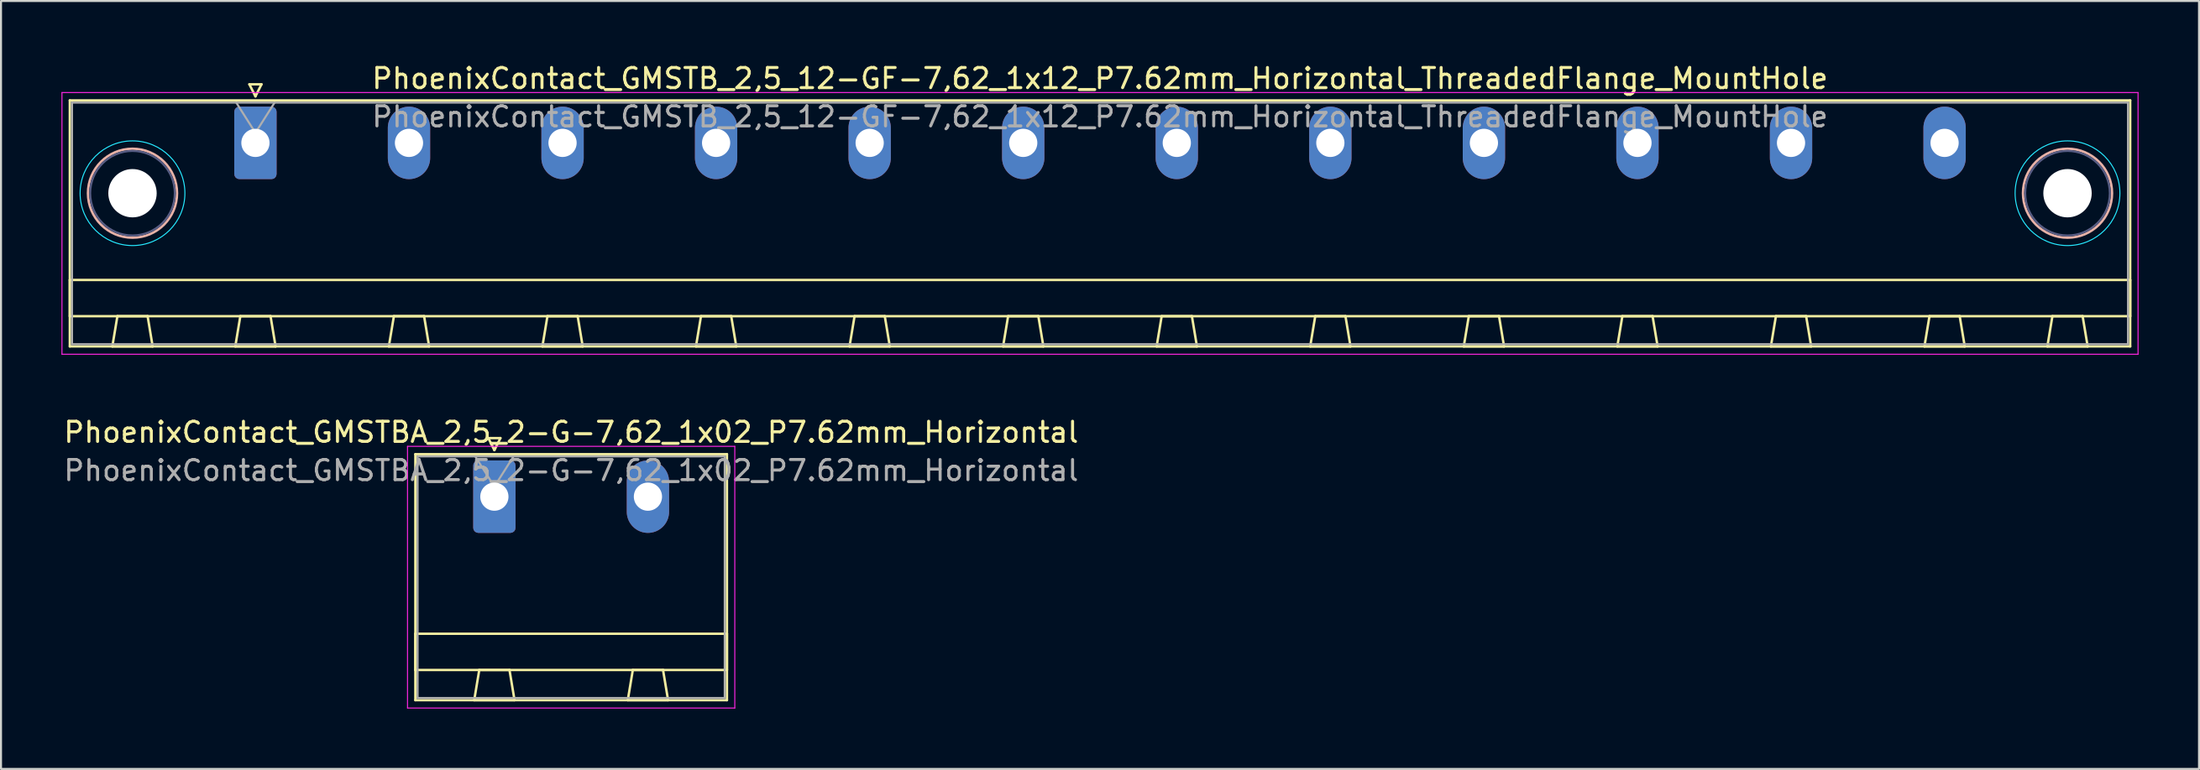
<source format=kicad_pcb>
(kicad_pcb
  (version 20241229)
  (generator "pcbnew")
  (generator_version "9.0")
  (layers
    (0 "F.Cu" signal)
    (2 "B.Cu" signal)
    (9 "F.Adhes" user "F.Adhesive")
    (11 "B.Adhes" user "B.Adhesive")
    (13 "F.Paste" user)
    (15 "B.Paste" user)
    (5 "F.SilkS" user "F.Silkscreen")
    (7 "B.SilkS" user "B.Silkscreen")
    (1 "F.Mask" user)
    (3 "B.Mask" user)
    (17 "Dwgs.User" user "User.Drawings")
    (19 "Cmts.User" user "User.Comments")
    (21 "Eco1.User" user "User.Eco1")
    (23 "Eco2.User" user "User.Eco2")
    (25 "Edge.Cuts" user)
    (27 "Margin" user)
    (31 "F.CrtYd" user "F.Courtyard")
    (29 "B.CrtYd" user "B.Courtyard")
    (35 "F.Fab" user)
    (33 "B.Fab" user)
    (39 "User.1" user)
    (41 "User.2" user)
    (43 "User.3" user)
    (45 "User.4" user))
  (footprint "PhoenixContact_GMSTB_2,5_12-GF-7,62_1x12_P7.62mm_Horizontal_ThreadedFlange_MountHole"
    (layer "F.Cu")
    (at 9.625 4.048)
    (property "Reference" "PhoenixContact_GMSTB_2,5_12-GF-7,62_1x12_P7.62mm_Horizontal_ThreadedFlange_MountHole" (at 41.91 -3.2 0) (layer "F.SilkS") (effects (font (size 1 1) (thickness 0.15))))
    (attr through_hole)
    (fp_line (start -9.21 -2.11) (end -9.21 10.11) (stroke (width 0.12) (type solid)) (layer "F.SilkS"))
    (fp_line (start -9.21 6.81) (end 93.03 6.81) (stroke (width 0.12) (type solid)) (layer "F.SilkS"))
    (fp_line (start -9.21 8.61) (end -9.21 6.81) (stroke (width 0.12) (type solid)) (layer "F.SilkS"))
    (fp_line (start -9.21 10.11) (end 93.03 10.11) (stroke (width 0.12) (type solid)) (layer "F.SilkS"))
    (fp_line (start -7.1 10.11) (end -5.1 10.11) (stroke (width 0.12) (type solid)) (layer "F.SilkS"))
    (fp_line (start -6.85 8.61) (end -7.1 10.11) (stroke (width 0.12) (type solid)) (layer "F.SilkS"))
    (fp_line (start -5.35 8.61) (end -6.85 8.61) (stroke (width 0.12) (type solid)) (layer "F.SilkS"))
    (fp_line (start -5.1 10.11) (end -5.35 8.61) (stroke (width 0.12) (type solid)) (layer "F.SilkS"))
    (fp_line (start -1 10.11) (end 1 10.11) (stroke (width 0.12) (type solid)) (layer "F.SilkS"))
    (fp_line (start -0.75 8.61) (end -1 10.11) (stroke (width 0.12) (type solid)) (layer "F.SilkS"))
    (fp_line (start -0.3 -2.91) (end 0.3 -2.91) (stroke (width 0.12) (type solid)) (layer "F.SilkS"))
    (fp_line (start 0 -2.31) (end -0.3 -2.91) (stroke (width 0.12) (type solid)) (layer "F.SilkS"))
    (fp_line (start 0.3 -2.91) (end 0 -2.31) (stroke (width 0.12) (type solid)) (layer "F.SilkS"))
    (fp_line (start 0.75 8.61) (end -0.75 8.61) (stroke (width 0.12) (type solid)) (layer "F.SilkS"))
    (fp_line (start 1 10.11) (end 0.75 8.61) (stroke (width 0.12) (type solid)) (layer "F.SilkS"))
    (fp_line (start 6.62 10.11) (end 8.62 10.11) (stroke (width 0.12) (type solid)) (layer "F.SilkS"))
    (fp_line (start 6.87 8.61) (end 6.62 10.11) (stroke (width 0.12) (type solid)) (layer "F.SilkS"))
    (fp_line (start 8.37 8.61) (end 6.87 8.61) (stroke (width 0.12) (type solid)) (layer "F.SilkS"))
    (fp_line (start 8.62 10.11) (end 8.37 8.61) (stroke (width 0.12) (type solid)) (layer "F.SilkS"))
    (fp_line (start 14.24 10.11) (end 16.24 10.11) (stroke (width 0.12) (type solid)) (layer "F.SilkS"))
    (fp_line (start 14.49 8.61) (end 14.24 10.11) (stroke (width 0.12) (type solid)) (layer "F.SilkS"))
    (fp_line (start 15.99 8.61) (end 14.49 8.61) (stroke (width 0.12) (type solid)) (layer "F.SilkS"))
    (fp_line (start 16.24 10.11) (end 15.99 8.61) (stroke (width 0.12) (type solid)) (layer "F.SilkS"))
    (fp_line (start 21.86 10.11) (end 23.86 10.11) (stroke (width 0.12) (type solid)) (layer "F.SilkS"))
    (fp_line (start 22.11 8.61) (end 21.86 10.11) (stroke (width 0.12) (type solid)) (layer "F.SilkS"))
    (fp_line (start 23.61 8.61) (end 22.11 8.61) (stroke (width 0.12) (type solid)) (layer "F.SilkS"))
    (fp_line (start 23.86 10.11) (end 23.61 8.61) (stroke (width 0.12) (type solid)) (layer "F.SilkS"))
    (fp_line (start 29.48 10.11) (end 31.48 10.11) (stroke (width 0.12) (type solid)) (layer "F.SilkS"))
    (fp_line (start 29.73 8.61) (end 29.48 10.11) (stroke (width 0.12) (type solid)) (layer "F.SilkS"))
    (fp_line (start 31.23 8.61) (end 29.73 8.61) (stroke (width 0.12) (type solid)) (layer "F.SilkS"))
    (fp_line (start 31.48 10.11) (end 31.23 8.61) (stroke (width 0.12) (type solid)) (layer "F.SilkS"))
    (fp_line (start 37.1 10.11) (end 39.1 10.11) (stroke (width 0.12) (type solid)) (layer "F.SilkS"))
    (fp_line (start 37.35 8.61) (end 37.1 10.11) (stroke (width 0.12) (type solid)) (layer "F.SilkS"))
    (fp_line (start 38.85 8.61) (end 37.35 8.61) (stroke (width 0.12) (type solid)) (layer "F.SilkS"))
    (fp_line (start 39.1 10.11) (end 38.85 8.61) (stroke (width 0.12) (type solid)) (layer "F.SilkS"))
    (fp_line (start 44.72 10.11) (end 46.72 10.11) (stroke (width 0.12) (type solid)) (layer "F.SilkS"))
    (fp_line (start 44.97 8.61) (end 44.72 10.11) (stroke (width 0.12) (type solid)) (layer "F.SilkS"))
    (fp_line (start 46.47 8.61) (end 44.97 8.61) (stroke (width 0.12) (type solid)) (layer "F.SilkS"))
    (fp_line (start 46.72 10.11) (end 46.47 8.61) (stroke (width 0.12) (type solid)) (layer "F.SilkS"))
    (fp_line (start 52.34 10.11) (end 54.34 10.11) (stroke (width 0.12) (type solid)) (layer "F.SilkS"))
    (fp_line (start 52.59 8.61) (end 52.34 10.11) (stroke (width 0.12) (type solid)) (layer "F.SilkS"))
    (fp_line (start 54.09 8.61) (end 52.59 8.61) (stroke (width 0.12) (type solid)) (layer "F.SilkS"))
    (fp_line (start 54.34 10.11) (end 54.09 8.61) (stroke (width 0.12) (type solid)) (layer "F.SilkS"))
    (fp_line (start 59.96 10.11) (end 61.96 10.11) (stroke (width 0.12) (type solid)) (layer "F.SilkS"))
    (fp_line (start 60.21 8.61) (end 59.96 10.11) (stroke (width 0.12) (type solid)) (layer "F.SilkS"))
    (fp_line (start 61.71 8.61) (end 60.21 8.61) (stroke (width 0.12) (type solid)) (layer "F.SilkS"))
    (fp_line (start 61.96 10.11) (end 61.71 8.61) (stroke (width 0.12) (type solid)) (layer "F.SilkS"))
    (fp_line (start 67.58 10.11) (end 69.58 10.11) (stroke (width 0.12) (type solid)) (layer "F.SilkS"))
    (fp_line (start 67.83 8.61) (end 67.58 10.11) (stroke (width 0.12) (type solid)) (layer "F.SilkS"))
    (fp_line (start 69.33 8.61) (end 67.83 8.61) (stroke (width 0.12) (type solid)) (layer "F.SilkS"))
    (fp_line (start 69.58 10.11) (end 69.33 8.61) (stroke (width 0.12) (type solid)) (layer "F.SilkS"))
    (fp_line (start 75.2 10.11) (end 77.2 10.11) (stroke (width 0.12) (type solid)) (layer "F.SilkS"))
    (fp_line (start 75.45 8.61) (end 75.2 10.11) (stroke (width 0.12) (type solid)) (layer "F.SilkS"))
    (fp_line (start 76.95 8.61) (end 75.45 8.61) (stroke (width 0.12) (type solid)) (layer "F.SilkS"))
    (fp_line (start 77.2 10.11) (end 76.95 8.61) (stroke (width 0.12) (type solid)) (layer "F.SilkS"))
    (fp_line (start 82.82 10.11) (end 84.82 10.11) (stroke (width 0.12) (type solid)) (layer "F.SilkS"))
    (fp_line (start 83.07 8.61) (end 82.82 10.11) (stroke (width 0.12) (type solid)) (layer "F.SilkS"))
    (fp_line (start 84.57 8.61) (end 83.07 8.61) (stroke (width 0.12) (type solid)) (layer "F.SilkS"))
    (fp_line (start 84.82 10.11) (end 84.57 8.61) (stroke (width 0.12) (type solid)) (layer "F.SilkS"))
    (fp_line (start 88.92 10.11) (end 90.92 10.11) (stroke (width 0.12) (type solid)) (layer "F.SilkS"))
    (fp_line (start 89.17 8.61) (end 88.92 10.11) (stroke (width 0.12) (type solid)) (layer "F.SilkS"))
    (fp_line (start 90.67 8.61) (end 89.17 8.61) (stroke (width 0.12) (type solid)) (layer "F.SilkS"))
    (fp_line (start 90.92 10.11) (end 90.67 8.61) (stroke (width 0.12) (type solid)) (layer "F.SilkS"))
    (fp_line (start 93.03 -2.11) (end -9.21 -2.11) (stroke (width 0.12) (type solid)) (layer "F.SilkS"))
    (fp_line (start 93.03 6.81) (end 93.03 8.61) (stroke (width 0.12) (type solid)) (layer "F.SilkS"))
    (fp_line (start 93.03 8.61) (end -9.21 8.61) (stroke (width 0.12) (type solid)) (layer "F.SilkS"))
    (fp_line (start 93.03 10.11) (end 93.03 -2.11) (stroke (width 0.12) (type solid)) (layer "F.SilkS"))
    (fp_circle (center -6.1 2.5) (end -3.89 2.5) (stroke (width 0.12) (type solid)) (fill no) (layer "B.SilkS"))
    (fp_circle (center 89.92 2.5) (end 92.13 2.5) (stroke (width 0.12) (type solid)) (fill no) (layer "B.SilkS"))
    (fp_circle (center -6.1 2.5) (end -3.5 2.5) (stroke (width 0.05) (type solid)) (fill no) (layer "B.CrtYd"))
    (fp_circle (center 89.92 2.5) (end 92.52 2.5) (stroke (width 0.05) (type solid)) (fill no) (layer "B.CrtYd"))
    (fp_line (start -9.6 -2.5) (end -9.6 10.5) (stroke (width 0.05) (type solid)) (layer "F.CrtYd"))
    (fp_line (start -9.6 10.5) (end 93.42 10.5) (stroke (width 0.05) (type solid)) (layer "F.CrtYd"))
    (fp_line (start 93.42 -2.5) (end -9.6 -2.5) (stroke (width 0.05) (type solid)) (layer "F.CrtYd"))
    (fp_line (start 93.42 10.5) (end 93.42 -2.5) (stroke (width 0.05) (type solid)) (layer "F.CrtYd"))
    (fp_circle (center -6.1 2.5) (end -4 2.5) (stroke (width 0.1) (type solid)) (fill no) (layer "B.Fab"))
    (fp_circle (center 89.92 2.5) (end 92.02 2.5) (stroke (width 0.1) (type solid)) (fill no) (layer "B.Fab"))
    (fp_line (start -9.1 -2) (end -9.1 10) (stroke (width 0.1) (type solid)) (layer "F.Fab"))
    (fp_line (start -9.1 10) (end 92.92 10) (stroke (width 0.1) (type solid)) (layer "F.Fab"))
    (fp_line (start 0 -0.5) (end -0.95 -2) (stroke (width 0.1) (type solid)) (layer "F.Fab"))
    (fp_line (start 0.95 -2) (end 0 -0.5) (stroke (width 0.1) (type solid)) (layer "F.Fab"))
    (fp_line (start 92.92 -2) (end -9.1 -2) (stroke (width 0.1) (type solid)) (layer "F.Fab"))
    (fp_line (start 92.92 10) (end 92.92 -2) (stroke (width 0.1) (type solid)) (layer "F.Fab"))
    (fp_text user "${REFERENCE}" (at 41.91 -1.3 0) (layer "F.Fab") (effects (font (size 1 1) (thickness 0.15))))
    (pad "" np_thru_hole circle (at -6.1 2.5) (size 2.4 2.4) (drill 2.4) (layers "*.Cu" "*.Mask"))
    (pad "" np_thru_hole circle (at 89.92 2.5) (size 2.4 2.4) (drill 2.4) (layers "*.Cu" "*.Mask"))
    (pad "1" thru_hole roundrect (at 0 0) (size 2.1 3.6) (drill 1.4) (layers "*.Cu" "*.Mask") (roundrect_rratio 0.119))
    (pad "2" thru_hole oval (at 7.62 0) (size 2.1 3.6) (drill 1.4) (layers "*.Cu" "*.Mask"))
    (pad "3" thru_hole oval (at 15.24 0) (size 2.1 3.6) (drill 1.4) (layers "*.Cu" "*.Mask"))
    (pad "4" thru_hole oval (at 22.86 0) (size 2.1 3.6) (drill 1.4) (layers "*.Cu" "*.Mask"))
    (pad "5" thru_hole oval (at 30.48 0) (size 2.1 3.6) (drill 1.4) (layers "*.Cu" "*.Mask"))
    (pad "6" thru_hole oval (at 38.1 0) (size 2.1 3.6) (drill 1.4) (layers "*.Cu" "*.Mask"))
    (pad "7" thru_hole oval (at 45.72 0) (size 2.1 3.6) (drill 1.4) (layers "*.Cu" "*.Mask"))
    (pad "8" thru_hole oval (at 53.34 0) (size 2.1 3.6) (drill 1.4) (layers "*.Cu" "*.Mask"))
    (pad "9" thru_hole oval (at 60.96 0) (size 2.1 3.6) (drill 1.4) (layers "*.Cu" "*.Mask"))
    (pad "10" thru_hole oval (at 68.58 0) (size 2.1 3.6) (drill 1.4) (layers "*.Cu" "*.Mask"))
    (pad "11" thru_hole oval (at 76.2 0) (size 2.1 3.6) (drill 1.4) (layers "*.Cu" "*.Mask"))
    (pad "12" thru_hole oval (at 83.82 0) (size 2.1 3.6) (drill 1.4) (layers "*.Cu" "*.Mask")))
  (footprint "PhoenixContact_GMSTBA_2,5_2-G-7,62_1x02_P7.62mm_Horizontal"
    (layer "F.Cu")
    (at 21.482 21.622)
    (property "Reference" "PhoenixContact_GMSTBA_2,5_2-G-7,62_1x02_P7.62mm_Horizontal" (at 3.81 -3.2 0) (layer "F.SilkS") (effects (font (size 1 1) (thickness 0.15))))
    (attr through_hole)
    (fp_line (start -3.92 -2.11) (end -3.92 10.11) (stroke (width 0.12) (type solid)) (layer "F.SilkS"))
    (fp_line (start -3.92 6.81) (end 11.54 6.81) (stroke (width 0.12) (type solid)) (layer "F.SilkS"))
    (fp_line (start -3.92 8.61) (end -3.92 6.81) (stroke (width 0.12) (type solid)) (layer "F.SilkS"))
    (fp_line (start -3.92 10.11) (end 11.54 10.11) (stroke (width 0.12) (type solid)) (layer "F.SilkS"))
    (fp_line (start -1 10.11) (end 1 10.11) (stroke (width 0.12) (type solid)) (layer "F.SilkS"))
    (fp_line (start -0.75 8.61) (end -1 10.11) (stroke (width 0.12) (type solid)) (layer "F.SilkS"))
    (fp_line (start -0.3 -2.91) (end 0.3 -2.91) (stroke (width 0.12) (type solid)) (layer "F.SilkS"))
    (fp_line (start 0 -2.31) (end -0.3 -2.91) (stroke (width 0.12) (type solid)) (layer "F.SilkS"))
    (fp_line (start 0.3 -2.91) (end 0 -2.31) (stroke (width 0.12) (type solid)) (layer "F.SilkS"))
    (fp_line (start 0.75 8.61) (end -0.75 8.61) (stroke (width 0.12) (type solid)) (layer "F.SilkS"))
    (fp_line (start 1 10.11) (end 0.75 8.61) (stroke (width 0.12) (type solid)) (layer "F.SilkS"))
    (fp_line (start 6.62 10.11) (end 8.62 10.11) (stroke (width 0.12) (type solid)) (layer "F.SilkS"))
    (fp_line (start 6.87 8.61) (end 6.62 10.11) (stroke (width 0.12) (type solid)) (layer "F.SilkS"))
    (fp_line (start 8.37 8.61) (end 6.87 8.61) (stroke (width 0.12) (type solid)) (layer "F.SilkS"))
    (fp_line (start 8.62 10.11) (end 8.37 8.61) (stroke (width 0.12) (type solid)) (layer "F.SilkS"))
    (fp_line (start 11.54 -2.11) (end -3.92 -2.11) (stroke (width 0.12) (type solid)) (layer "F.SilkS"))
    (fp_line (start 11.54 6.81) (end 11.54 8.61) (stroke (width 0.12) (type solid)) (layer "F.SilkS"))
    (fp_line (start 11.54 8.61) (end -3.92 8.61) (stroke (width 0.12) (type solid)) (layer "F.SilkS"))
    (fp_line (start 11.54 10.11) (end 11.54 -2.11) (stroke (width 0.12) (type solid)) (layer "F.SilkS"))
    (fp_line (start -4.31 -2.5) (end -4.31 10.5) (stroke (width 0.05) (type solid)) (layer "F.CrtYd"))
    (fp_line (start -4.31 10.5) (end 11.93 10.5) (stroke (width 0.05) (type solid)) (layer "F.CrtYd"))
    (fp_line (start 11.93 -2.5) (end -4.31 -2.5) (stroke (width 0.05) (type solid)) (layer "F.CrtYd"))
    (fp_line (start 11.93 10.5) (end 11.93 -2.5) (stroke (width 0.05) (type solid)) (layer "F.CrtYd"))
    (fp_line (start -3.81 -2) (end -3.81 10) (stroke (width 0.1) (type solid)) (layer "F.Fab"))
    (fp_line (start -3.81 10) (end 11.43 10) (stroke (width 0.1) (type solid)) (layer "F.Fab"))
    (fp_line (start 0 -0.5) (end -0.95 -2) (stroke (width 0.1) (type solid)) (layer "F.Fab"))
    (fp_line (start 0.95 -2) (end 0 -0.5) (stroke (width 0.1) (type solid)) (layer "F.Fab"))
    (fp_line (start 11.43 -2) (end -3.81 -2) (stroke (width 0.1) (type solid)) (layer "F.Fab"))
    (fp_line (start 11.43 10) (end 11.43 -2) (stroke (width 0.1) (type solid)) (layer "F.Fab"))
    (fp_text user "${REFERENCE}" (at 3.81 -1.3 0) (layer "F.Fab") (effects (font (size 1 1) (thickness 0.15))))
    (pad "1" thru_hole roundrect (at 0 0) (size 2.1 3.6) (drill 1.4) (layers "*.Cu" "*.Mask") (roundrect_rratio 0.119))
    (pad "2" thru_hole oval (at 7.62 0) (size 2.1 3.6) (drill 1.4) (layers "*.Cu" "*.Mask")))
  (gr_rect
    (start -3 -3)
    (end 106.07 35.147)
    (stroke (width 0.1) (type default))
    (fill no)
    (layer "Edge.Cuts")))
</source>
